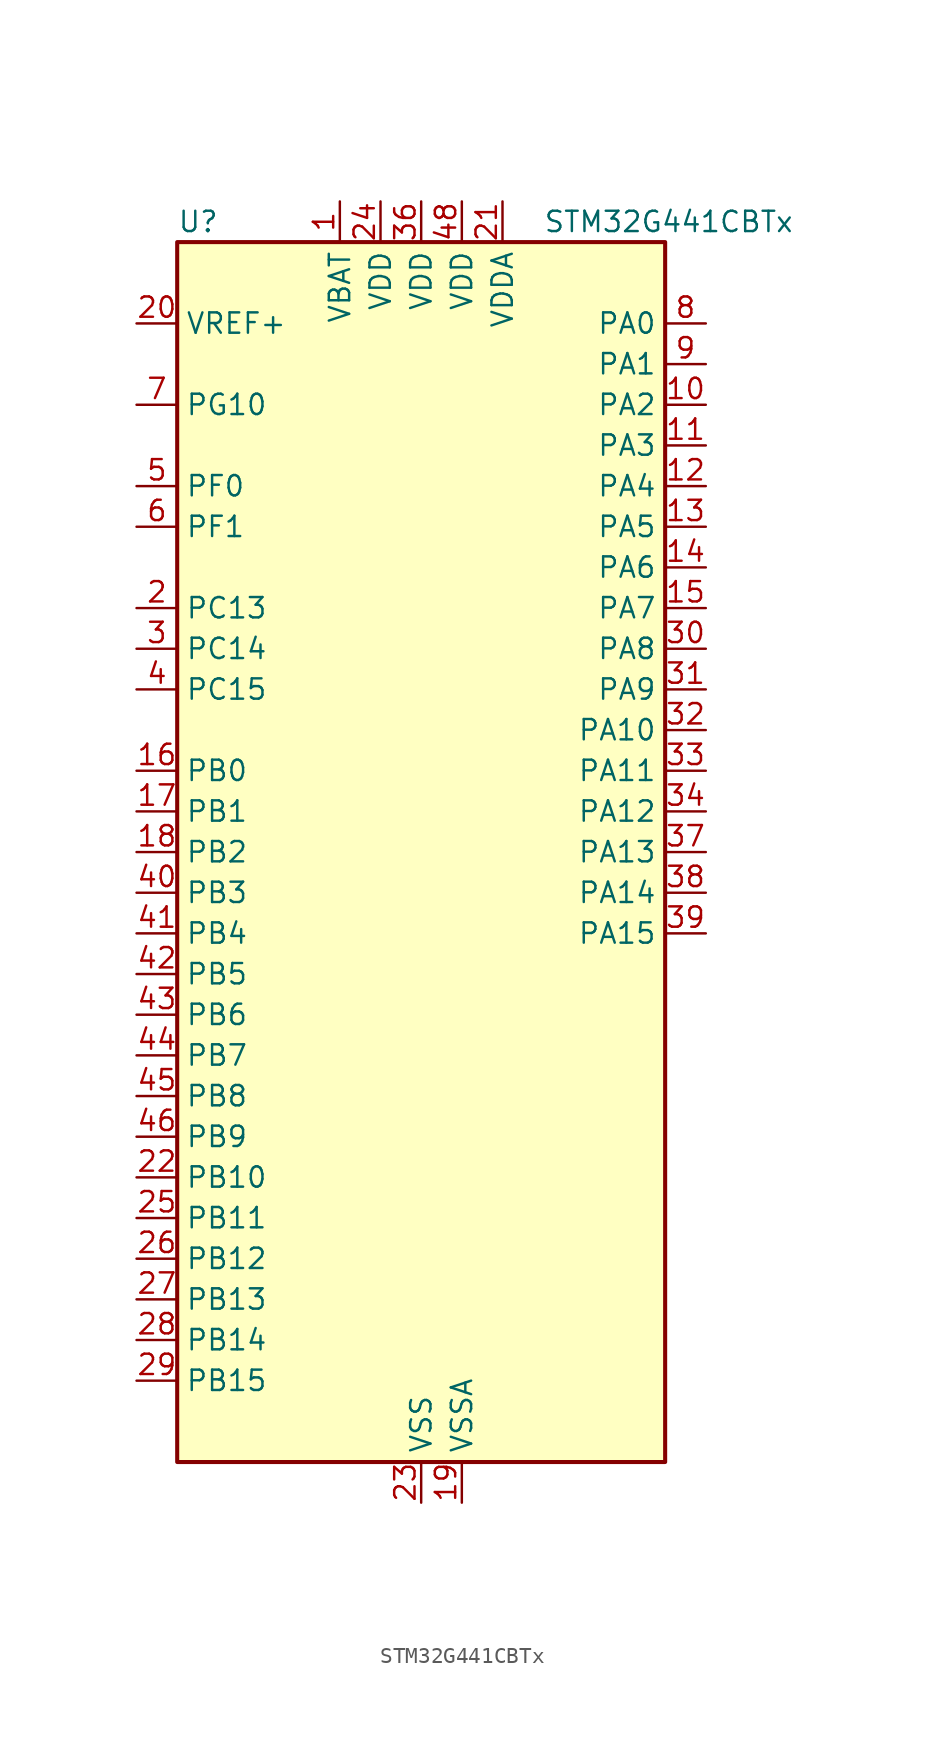
<source format=kicad_sym>
(kicad_symbol_lib
  (version 20241209)
  (generator "kicad_symbol_editor")
  (generator_version "9.0")
  (symbol "STM32G441CBTx"
    (property "Reference" "U"
      (at -15.24 39.37 0)
      (effects (font (size 1.27 1.27)) (justify left)))
    (property "Value" "STM32G441CBTx"
      (at 7.62 39.37 0)
      (effects (font (size 1.27 1.27)) (justify left)))
    (symbol "STM32G441CBTx_0_1"
      (rectangle (start -15.24 -38.1) (end 15.24 38.1) (stroke (width 0.254) (type default)) (fill (type background))))
    (symbol "STM32G441CBTx_1_1"
      (pin input line (at -17.78 33.02 0) (length 2.54) (name "VREF+" (effects (font (size 1.27 1.27)))) (number "20" (effects (font (size 1.27 1.27)))) (alternate "VREFBUF_OUT" bidirectional line))
      (pin bidirectional line (at -17.78 27.94 0) (length 2.54) (name "PG10" (effects (font (size 1.27 1.27)))) (number "7" (effects (font (size 1.27 1.27)))) (alternate "DAC1_EXTI10" bidirectional line) (alternate "DAC3_EXTI10" bidirectional line) (alternate "RCC_MCO" bidirectional line))
      (pin bidirectional line (at -17.78 22.86 0) (length 2.54) (name "PF0" (effects (font (size 1.27 1.27)))) (number "5" (effects (font (size 1.27 1.27)))) (alternate "ADC1_IN10" bidirectional line) (alternate "I2C2_SDA" bidirectional line) (alternate "I2S2_WS" bidirectional line) (alternate "RCC_OSC_IN" bidirectional line) (alternate "SPI2_NSS" bidirectional line) (alternate "TIM1_CH3N" bidirectional line))
      (pin bidirectional line (at -17.78 20.32 0) (length 2.54) (name "PF1" (effects (font (size 1.27 1.27)))) (number "6" (effects (font (size 1.27 1.27)))) (alternate "ADC2_IN10" bidirectional line) (alternate "COMP3_INM" bidirectional line) (alternate "I2S2_CK" bidirectional line) (alternate "RCC_OSC_OUT" bidirectional line) (alternate "SPI2_SCK" bidirectional line))
      (pin bidirectional line (at -17.78 15.24 0) (length 2.54) (name "PC13" (effects (font (size 1.27 1.27)))) (number "2" (effects (font (size 1.27 1.27)))) (alternate "RTC_OUT1" bidirectional line) (alternate "RTC_TAMP1" bidirectional line) (alternate "RTC_TS" bidirectional line) (alternate "SYS_WKUP2" bidirectional line) (alternate "TIM1_BKIN" bidirectional line) (alternate "TIM1_CH1N" bidirectional line) (alternate "TIM8_CH4N" bidirectional line))
      (pin bidirectional line (at -17.78 12.7 0) (length 2.54) (name "PC14" (effects (font (size 1.27 1.27)))) (number "3" (effects (font (size 1.27 1.27)))) (alternate "RCC_OSC32_IN" bidirectional line))
      (pin bidirectional line (at -17.78 10.16 0) (length 2.54) (name "PC15" (effects (font (size 1.27 1.27)))) (number "4" (effects (font (size 1.27 1.27)))) (alternate "ADC1_EXTI15" bidirectional line) (alternate "ADC2_EXTI15" bidirectional line) (alternate "RCC_OSC32_OUT" bidirectional line))
      (pin bidirectional line (at -17.78 5.08 0) (length 2.54) (name "PB0" (effects (font (size 1.27 1.27)))) (number "16" (effects (font (size 1.27 1.27)))) (alternate "ADC1_IN15" bidirectional line) (alternate "COMP4_INP" bidirectional line) (alternate "OPAMP2_VINP" bidirectional line) (alternate "OPAMP2_VINP_SEC" bidirectional line) (alternate "OPAMP3_VINP" bidirectional line) (alternate "OPAMP3_VINP_SEC" bidirectional line) (alternate "TIM1_CH2N" bidirectional line) (alternate "TIM3_CH3" bidirectional line) (alternate "TIM8_CH2N" bidirectional line) (alternate "UCPD1_FRSTX1" bidirectional line) (alternate "UCPD1_FRSTX2" bidirectional line))
      (pin bidirectional line (at -17.78 2.54 0) (length 2.54) (name "PB1" (effects (font (size 1.27 1.27)))) (number "17" (effects (font (size 1.27 1.27)))) (alternate "ADC1_IN12" bidirectional line) (alternate "COMP1_INP" bidirectional line) (alternate "COMP4_OUT" bidirectional line) (alternate "LPUART1_DE" bidirectional line) (alternate "LPUART1_RTS" bidirectional line) (alternate "OPAMP3_VOUT" bidirectional line) (alternate "TIM1_CH3N" bidirectional line) (alternate "TIM3_CH4" bidirectional line) (alternate "TIM8_CH3N" bidirectional line))
      (pin bidirectional line (at -17.78 0 0) (length 2.54) (name "PB2" (effects (font (size 1.27 1.27)))) (number "18" (effects (font (size 1.27 1.27)))) (alternate "ADC2_IN12" bidirectional line) (alternate "COMP4_INM" bidirectional line) (alternate "I2C3_SMBA" bidirectional line) (alternate "LPTIM1_OUT" bidirectional line) (alternate "OPAMP3_VINM" bidirectional line) (alternate "OPAMP3_VINM0" bidirectional line) (alternate "OPAMP3_VINM_SEC" bidirectional line) (alternate "RTC_OUT2" bidirectional line))
      (pin bidirectional line (at -17.78 -2.54 0) (length 2.54) (name "PB3" (effects (font (size 1.27 1.27)))) (number "40" (effects (font (size 1.27 1.27)))) (alternate "CRS_SYNC" bidirectional line) (alternate "I2S3_CK" bidirectional line) (alternate "SAI1_SCK_B" bidirectional line) (alternate "SPI1_SCK" bidirectional line) (alternate "SPI3_SCK" bidirectional line) (alternate "SYS_JTDO-SWO" bidirectional line) (alternate "TIM2_CH2" bidirectional line) (alternate "TIM3_ETR" bidirectional line) (alternate "TIM4_ETR" bidirectional line) (alternate "TIM8_CH1N" bidirectional line) (alternate "USART2_TX" bidirectional line))
      (pin bidirectional line (at -17.78 -5.08 0) (length 2.54) (name "PB4" (effects (font (size 1.27 1.27)))) (number "41" (effects (font (size 1.27 1.27)))) (alternate "SAI1_MCLK_B" bidirectional line) (alternate "SPI1_MISO" bidirectional line) (alternate "SPI3_MISO" bidirectional line) (alternate "SYS_JTRST" bidirectional line) (alternate "TIM16_CH1" bidirectional line) (alternate "TIM17_BKIN" bidirectional line) (alternate "TIM3_CH1" bidirectional line) (alternate "TIM8_CH2N" bidirectional line) (alternate "UCPD1_CC2" bidirectional line) (alternate "USART2_RX" bidirectional line))
      (pin bidirectional line (at -17.78 -7.62 0) (length 2.54) (name "PB5" (effects (font (size 1.27 1.27)))) (number "42" (effects (font (size 1.27 1.27)))) (alternate "I2C1_SMBA" bidirectional line) (alternate "I2C3_SDA" bidirectional line) (alternate "I2S3_SD" bidirectional line) (alternate "LPTIM1_IN1" bidirectional line) (alternate "SAI1_SD_B" bidirectional line) (alternate "SPI1_MOSI" bidirectional line) (alternate "SPI3_MOSI" bidirectional line) (alternate "TIM16_BKIN" bidirectional line) (alternate "TIM17_CH1" bidirectional line) (alternate "TIM3_CH2" bidirectional line) (alternate "TIM8_CH3N" bidirectional line) (alternate "USART2_CK" bidirectional line))
      (pin bidirectional line (at -17.78 -10.16 0) (length 2.54) (name "PB6" (effects (font (size 1.27 1.27)))) (number "43" (effects (font (size 1.27 1.27)))) (alternate "COMP4_OUT" bidirectional line) (alternate "LPTIM1_ETR" bidirectional line) (alternate "SAI1_FS_B" bidirectional line) (alternate "TIM16_CH1N" bidirectional line) (alternate "TIM4_CH1" bidirectional line) (alternate "TIM8_BKIN2" bidirectional line) (alternate "TIM8_CH1" bidirectional line) (alternate "TIM8_ETR" bidirectional line) (alternate "UCPD1_CC1" bidirectional line) (alternate "USART1_TX" bidirectional line))
      (pin bidirectional line (at -17.78 -12.7 0) (length 2.54) (name "PB7" (effects (font (size 1.27 1.27)))) (number "44" (effects (font (size 1.27 1.27)))) (alternate "COMP3_OUT" bidirectional line) (alternate "I2C1_SDA" bidirectional line) (alternate "LPTIM1_IN2" bidirectional line) (alternate "SYS_PVD_IN" bidirectional line) (alternate "TIM17_CH1N" bidirectional line) (alternate "TIM3_CH4" bidirectional line) (alternate "TIM4_CH2" bidirectional line) (alternate "TIM8_BKIN" bidirectional line) (alternate "USART1_RX" bidirectional line))
      (pin bidirectional line (at -17.78 -15.24 0) (length 2.54) (name "PB8" (effects (font (size 1.27 1.27)))) (number "45" (effects (font (size 1.27 1.27)))) (alternate "COMP1_OUT" bidirectional line) (alternate "FDCAN1_RX" bidirectional line) (alternate "I2C1_SCL" bidirectional line) (alternate "SAI1_CK1" bidirectional line) (alternate "SAI1_MCLK_A" bidirectional line) (alternate "TIM16_CH1" bidirectional line) (alternate "TIM1_BKIN" bidirectional line) (alternate "TIM4_CH3" bidirectional line) (alternate "TIM8_CH2" bidirectional line) (alternate "USART3_RX" bidirectional line))
      (pin bidirectional line (at -17.78 -17.78 0) (length 2.54) (name "PB9" (effects (font (size 1.27 1.27)))) (number "46" (effects (font (size 1.27 1.27)))) (alternate "COMP2_OUT" bidirectional line) (alternate "DAC1_EXTI9" bidirectional line) (alternate "DAC3_EXTI9" bidirectional line) (alternate "FDCAN1_TX" bidirectional line) (alternate "I2C1_SDA" bidirectional line) (alternate "IR_OUT" bidirectional line) (alternate "SAI1_D2" bidirectional line) (alternate "SAI1_FS_A" bidirectional line) (alternate "TIM17_CH1" bidirectional line) (alternate "TIM1_CH3N" bidirectional line) (alternate "TIM4_CH4" bidirectional line) (alternate "TIM8_CH3" bidirectional line) (alternate "USART3_TX" bidirectional line))
      (pin bidirectional line (at -17.78 -20.32 0) (length 2.54) (name "PB10" (effects (font (size 1.27 1.27)))) (number "22" (effects (font (size 1.27 1.27)))) (alternate "DAC1_EXTI10" bidirectional line) (alternate "DAC3_EXTI10" bidirectional line) (alternate "LPUART1_RX" bidirectional line) (alternate "OPAMP3_VINM" bidirectional line) (alternate "OPAMP3_VINM1" bidirectional line) (alternate "OPAMP3_VINM_SEC" bidirectional line) (alternate "SAI1_SCK_A" bidirectional line) (alternate "TIM1_BKIN" bidirectional line) (alternate "TIM2_CH3" bidirectional line) (alternate "USART3_TX" bidirectional line))
      (pin bidirectional line (at -17.78 -22.86 0) (length 2.54) (name "PB11" (effects (font (size 1.27 1.27)))) (number "25" (effects (font (size 1.27 1.27)))) (alternate "ADC1_EXTI11" bidirectional line) (alternate "ADC1_IN14" bidirectional line) (alternate "ADC2_EXTI11" bidirectional line) (alternate "ADC2_IN14" bidirectional line) (alternate "LPUART1_TX" bidirectional line) (alternate "TIM2_CH4" bidirectional line) (alternate "USART3_RX" bidirectional line))
      (pin bidirectional line (at -17.78 -25.4 0) (length 2.54) (name "PB12" (effects (font (size 1.27 1.27)))) (number "26" (effects (font (size 1.27 1.27)))) (alternate "ADC1_IN11" bidirectional line) (alternate "I2C2_SMBA" bidirectional line) (alternate "I2S2_WS" bidirectional line) (alternate "LPUART1_DE" bidirectional line) (alternate "LPUART1_RTS" bidirectional line) (alternate "SPI2_NSS" bidirectional line) (alternate "TIM1_BKIN" bidirectional line) (alternate "USART3_CK" bidirectional line))
      (pin bidirectional line (at -17.78 -27.94 0) (length 2.54) (name "PB13" (effects (font (size 1.27 1.27)))) (number "27" (effects (font (size 1.27 1.27)))) (alternate "I2S2_CK" bidirectional line) (alternate "LPUART1_CTS" bidirectional line) (alternate "OPAMP3_VINP" bidirectional line) (alternate "OPAMP3_VINP_SEC" bidirectional line) (alternate "SPI2_SCK" bidirectional line) (alternate "TIM1_CH1N" bidirectional line) (alternate "USART3_CTS" bidirectional line) (alternate "USART3_NSS" bidirectional line))
      (pin bidirectional line (at -17.78 -30.48 0) (length 2.54) (name "PB14" (effects (font (size 1.27 1.27)))) (number "28" (effects (font (size 1.27 1.27)))) (alternate "ADC1_IN5" bidirectional line) (alternate "COMP4_OUT" bidirectional line) (alternate "OPAMP2_VINP" bidirectional line) (alternate "OPAMP2_VINP_SEC" bidirectional line) (alternate "SPI2_MISO" bidirectional line) (alternate "TIM15_CH1" bidirectional line) (alternate "TIM1_CH2N" bidirectional line) (alternate "USART3_DE" bidirectional line) (alternate "USART3_RTS" bidirectional line))
      (pin bidirectional line (at -17.78 -33.02 0) (length 2.54) (name "PB15" (effects (font (size 1.27 1.27)))) (number "29" (effects (font (size 1.27 1.27)))) (alternate "ADC1_EXTI15" bidirectional line) (alternate "ADC2_EXTI15" bidirectional line) (alternate "ADC2_IN15" bidirectional line) (alternate "COMP3_OUT" bidirectional line) (alternate "I2S2_SD" bidirectional line) (alternate "RTC_REFIN" bidirectional line) (alternate "SPI2_MOSI" bidirectional line) (alternate "TIM15_CH1N" bidirectional line) (alternate "TIM15_CH2" bidirectional line) (alternate "TIM1_CH3N" bidirectional line))
      (pin power_in line (at -5.08 40.64 270) (length 2.54) (name "VBAT" (effects (font (size 1.27 1.27)))) (number "1" (effects (font (size 1.27 1.27)))))
      (pin power_in line (at -2.54 40.64 270) (length 2.54) (name "VDD" (effects (font (size 1.27 1.27)))) (number "24" (effects (font (size 1.27 1.27)))))
      (pin power_in line (at 0 40.64 270) (length 2.54) (name "VDD" (effects (font (size 1.27 1.27)))) (number "36" (effects (font (size 1.27 1.27)))))
      (pin power_in line (at 0 -40.64 90) (length 2.54) (name "VSS" (effects (font (size 1.27 1.27)))) (number "23" (effects (font (size 1.27 1.27)))))
      (pin passive line (at 0 -40.64 90) (length 2.54) (hide yes) (name "VSS" (effects (font (size 1.27 1.27)))) (number "35" (effects (font (size 1.27 1.27)))))
      (pin passive line (at 0 -40.64 90) (length 2.54) (hide yes) (name "VSS" (effects (font (size 1.27 1.27)))) (number "47" (effects (font (size 1.27 1.27)))))
      (pin power_in line (at 2.54 40.64 270) (length 2.54) (name "VDD" (effects (font (size 1.27 1.27)))) (number "48" (effects (font (size 1.27 1.27)))))
      (pin power_in line (at 2.54 -40.64 90) (length 2.54) (name "VSSA" (effects (font (size 1.27 1.27)))) (number "19" (effects (font (size 1.27 1.27)))))
      (pin power_in line (at 5.08 40.64 270) (length 2.54) (name "VDDA" (effects (font (size 1.27 1.27)))) (number "21" (effects (font (size 1.27 1.27)))))
      (pin bidirectional line (at 17.78 33.02 180) (length 2.54) (name "PA0" (effects (font (size 1.27 1.27)))) (number "8" (effects (font (size 1.27 1.27)))) (alternate "ADC1_IN1" bidirectional line) (alternate "ADC2_IN1" bidirectional line) (alternate "COMP1_INM" bidirectional line) (alternate "COMP1_OUT" bidirectional line) (alternate "COMP3_INP" bidirectional line) (alternate "RTC_TAMP2" bidirectional line) (alternate "SYS_WKUP1" bidirectional line) (alternate "TIM2_CH1" bidirectional line) (alternate "TIM2_ETR" bidirectional line) (alternate "TIM8_BKIN" bidirectional line) (alternate "TIM8_ETR" bidirectional line) (alternate "USART2_CTS" bidirectional line) (alternate "USART2_NSS" bidirectional line))
      (pin bidirectional line (at 17.78 30.48 180) (length 2.54) (name "PA1" (effects (font (size 1.27 1.27)))) (number "9" (effects (font (size 1.27 1.27)))) (alternate "ADC1_IN2" bidirectional line) (alternate "ADC2_IN2" bidirectional line) (alternate "COMP1_INP" bidirectional line) (alternate "OPAMP1_VINP" bidirectional line) (alternate "OPAMP1_VINP_SEC" bidirectional line) (alternate "OPAMP3_VINP" bidirectional line) (alternate "OPAMP3_VINP_SEC" bidirectional line) (alternate "RTC_REFIN" bidirectional line) (alternate "TIM15_CH1N" bidirectional line) (alternate "TIM2_CH2" bidirectional line) (alternate "USART2_DE" bidirectional line) (alternate "USART2_RTS" bidirectional line))
      (pin bidirectional line (at 17.78 27.94 180) (length 2.54) (name "PA2" (effects (font (size 1.27 1.27)))) (number "10" (effects (font (size 1.27 1.27)))) (alternate "ADC1_IN3" bidirectional line) (alternate "COMP2_INM" bidirectional line) (alternate "COMP2_OUT" bidirectional line) (alternate "LPUART1_TX" bidirectional line) (alternate "OPAMP1_VOUT" bidirectional line) (alternate "RCC_LSCO" bidirectional line) (alternate "SYS_WKUP4" bidirectional line) (alternate "TIM15_CH1" bidirectional line) (alternate "TIM2_CH3" bidirectional line) (alternate "UCPD1_FRSTX1" bidirectional line) (alternate "UCPD1_FRSTX2" bidirectional line) (alternate "USART2_TX" bidirectional line))
      (pin bidirectional line (at 17.78 25.4 180) (length 2.54) (name "PA3" (effects (font (size 1.27 1.27)))) (number "11" (effects (font (size 1.27 1.27)))) (alternate "ADC1_IN4" bidirectional line) (alternate "COMP2_INP" bidirectional line) (alternate "LPUART1_RX" bidirectional line) (alternate "OPAMP1_VINM" bidirectional line) (alternate "OPAMP1_VINM0" bidirectional line) (alternate "OPAMP1_VINM_SEC" bidirectional line) (alternate "OPAMP1_VINP" bidirectional line) (alternate "OPAMP1_VINP_SEC" bidirectional line) (alternate "SAI1_CK1" bidirectional line) (alternate "SAI1_MCLK_A" bidirectional line) (alternate "TIM15_CH2" bidirectional line) (alternate "TIM2_CH4" bidirectional line) (alternate "USART2_RX" bidirectional line))
      (pin bidirectional line (at 17.78 22.86 180) (length 2.54) (name "PA4" (effects (font (size 1.27 1.27)))) (number "12" (effects (font (size 1.27 1.27)))) (alternate "ADC2_IN17" bidirectional line) (alternate "COMP1_INM" bidirectional line) (alternate "DAC1_OUT1" bidirectional line) (alternate "I2S3_WS" bidirectional line) (alternate "SAI1_FS_B" bidirectional line) (alternate "SPI1_NSS" bidirectional line) (alternate "SPI3_NSS" bidirectional line) (alternate "TIM3_CH2" bidirectional line) (alternate "USART2_CK" bidirectional line))
      (pin bidirectional line (at 17.78 20.32 180) (length 2.54) (name "PA5" (effects (font (size 1.27 1.27)))) (number "13" (effects (font (size 1.27 1.27)))) (alternate "ADC2_IN13" bidirectional line) (alternate "COMP2_INM" bidirectional line) (alternate "DAC1_OUT2" bidirectional line) (alternate "OPAMP2_VINM" bidirectional line) (alternate "OPAMP2_VINM0" bidirectional line) (alternate "OPAMP2_VINM_SEC" bidirectional line) (alternate "SPI1_SCK" bidirectional line) (alternate "TIM2_CH1" bidirectional line) (alternate "TIM2_ETR" bidirectional line) (alternate "UCPD1_FRSTX1" bidirectional line) (alternate "UCPD1_FRSTX2" bidirectional line))
      (pin bidirectional line (at 17.78 17.78 180) (length 2.54) (name "PA6" (effects (font (size 1.27 1.27)))) (number "14" (effects (font (size 1.27 1.27)))) (alternate "ADC2_IN3" bidirectional line) (alternate "COMP1_OUT" bidirectional line) (alternate "LPUART1_CTS" bidirectional line) (alternate "OPAMP2_VOUT" bidirectional line) (alternate "SPI1_MISO" bidirectional line) (alternate "TIM16_CH1" bidirectional line) (alternate "TIM1_BKIN" bidirectional line) (alternate "TIM3_CH1" bidirectional line) (alternate "TIM8_BKIN" bidirectional line))
      (pin bidirectional line (at 17.78 15.24 180) (length 2.54) (name "PA7" (effects (font (size 1.27 1.27)))) (number "15" (effects (font (size 1.27 1.27)))) (alternate "ADC2_IN4" bidirectional line) (alternate "COMP2_INP" bidirectional line) (alternate "COMP2_OUT" bidirectional line) (alternate "OPAMP1_VINP" bidirectional line) (alternate "OPAMP1_VINP_SEC" bidirectional line) (alternate "OPAMP2_VINP" bidirectional line) (alternate "OPAMP2_VINP_SEC" bidirectional line) (alternate "SPI1_MOSI" bidirectional line) (alternate "TIM17_CH1" bidirectional line) (alternate "TIM1_CH1N" bidirectional line) (alternate "TIM3_CH2" bidirectional line) (alternate "TIM8_CH1N" bidirectional line) (alternate "UCPD1_FRSTX1" bidirectional line) (alternate "UCPD1_FRSTX2" bidirectional line))
      (pin bidirectional line (at 17.78 12.7 180) (length 2.54) (name "PA8" (effects (font (size 1.27 1.27)))) (number "30" (effects (font (size 1.27 1.27)))) (alternate "I2C2_SDA" bidirectional line) (alternate "I2C3_SCL" bidirectional line) (alternate "I2S2_MCK" bidirectional line) (alternate "RCC_MCO" bidirectional line) (alternate "SAI1_CK2" bidirectional line) (alternate "SAI1_SCK_A" bidirectional line) (alternate "TIM1_CH1" bidirectional line) (alternate "TIM4_ETR" bidirectional line) (alternate "USART1_CK" bidirectional line))
      (pin bidirectional line (at 17.78 10.16 180) (length 2.54) (name "PA9" (effects (font (size 1.27 1.27)))) (number "31" (effects (font (size 1.27 1.27)))) (alternate "DAC1_EXTI9" bidirectional line) (alternate "DAC3_EXTI9" bidirectional line) (alternate "I2C2_SCL" bidirectional line) (alternate "I2C3_SMBA" bidirectional line) (alternate "I2S3_MCK" bidirectional line) (alternate "SAI1_FS_A" bidirectional line) (alternate "TIM15_BKIN" bidirectional line) (alternate "TIM1_CH2" bidirectional line) (alternate "TIM2_CH3" bidirectional line) (alternate "UCPD1_DBCC1" bidirectional line) (alternate "USART1_TX" bidirectional line))
      (pin bidirectional line (at 17.78 7.62 180) (length 2.54) (name "PA10" (effects (font (size 1.27 1.27)))) (number "32" (effects (font (size 1.27 1.27)))) (alternate "CRS_SYNC" bidirectional line) (alternate "DAC1_EXTI10" bidirectional line) (alternate "DAC3_EXTI10" bidirectional line) (alternate "I2C2_SMBA" bidirectional line) (alternate "SAI1_D1" bidirectional line) (alternate "SAI1_SD_A" bidirectional line) (alternate "SPI2_MISO" bidirectional line) (alternate "TIM17_BKIN" bidirectional line) (alternate "TIM1_CH3" bidirectional line) (alternate "TIM2_CH4" bidirectional line) (alternate "TIM8_BKIN" bidirectional line) (alternate "UCPD1_DBCC2" bidirectional line) (alternate "USART1_RX" bidirectional line))
      (pin bidirectional line (at 17.78 5.08 180) (length 2.54) (name "PA11" (effects (font (size 1.27 1.27)))) (number "33" (effects (font (size 1.27 1.27)))) (alternate "ADC1_EXTI11" bidirectional line) (alternate "ADC2_EXTI11" bidirectional line) (alternate "COMP1_OUT" bidirectional line) (alternate "FDCAN1_RX" bidirectional line) (alternate "I2S2_SD" bidirectional line) (alternate "SPI2_MOSI" bidirectional line) (alternate "TIM1_BKIN2" bidirectional line) (alternate "TIM1_CH1N" bidirectional line) (alternate "TIM1_CH4" bidirectional line) (alternate "TIM4_CH1" bidirectional line) (alternate "USART1_CTS" bidirectional line) (alternate "USART1_NSS" bidirectional line) (alternate "USB_DM" bidirectional line))
      (pin bidirectional line (at 17.78 2.54 180) (length 2.54) (name "PA12" (effects (font (size 1.27 1.27)))) (number "34" (effects (font (size 1.27 1.27)))) (alternate "COMP2_OUT" bidirectional line) (alternate "FDCAN1_TX" bidirectional line) (alternate "I2S_CKIN" bidirectional line) (alternate "TIM16_CH1" bidirectional line) (alternate "TIM1_CH2N" bidirectional line) (alternate "TIM1_ETR" bidirectional line) (alternate "TIM4_CH2" bidirectional line) (alternate "USART1_DE" bidirectional line) (alternate "USART1_RTS" bidirectional line) (alternate "USB_DP" bidirectional line))
      (pin bidirectional line (at 17.78 0 180) (length 2.54) (name "PA13" (effects (font (size 1.27 1.27)))) (number "37" (effects (font (size 1.27 1.27)))) (alternate "I2C1_SCL" bidirectional line) (alternate "IR_OUT" bidirectional line) (alternate "SAI1_SD_B" bidirectional line) (alternate "SYS_JTMS-SWDIO" bidirectional line) (alternate "TIM16_CH1N" bidirectional line) (alternate "TIM4_CH3" bidirectional line) (alternate "USART3_CTS" bidirectional line) (alternate "USART3_NSS" bidirectional line))
      (pin bidirectional line (at 17.78 -2.54 180) (length 2.54) (name "PA14" (effects (font (size 1.27 1.27)))) (number "38" (effects (font (size 1.27 1.27)))) (alternate "I2C1_SDA" bidirectional line) (alternate "LPTIM1_OUT" bidirectional line) (alternate "SAI1_FS_B" bidirectional line) (alternate "SYS_JTCK-SWCLK" bidirectional line) (alternate "TIM1_BKIN" bidirectional line) (alternate "TIM8_CH2" bidirectional line) (alternate "USART2_TX" bidirectional line))
      (pin bidirectional line (at 17.78 -5.08 180) (length 2.54) (name "PA15" (effects (font (size 1.27 1.27)))) (number "39" (effects (font (size 1.27 1.27)))) (alternate "ADC1_EXTI15" bidirectional line) (alternate "ADC2_EXTI15" bidirectional line) (alternate "I2C1_SCL" bidirectional line) (alternate "I2S3_WS" bidirectional line) (alternate "SPI1_NSS" bidirectional line) (alternate "SPI3_NSS" bidirectional line) (alternate "SYS_JTDI" bidirectional line) (alternate "TIM1_BKIN" bidirectional line) (alternate "TIM2_CH1" bidirectional line) (alternate "TIM2_ETR" bidirectional line) (alternate "TIM8_CH1" bidirectional line) (alternate "USART2_RX" bidirectional line)))))
</source>
